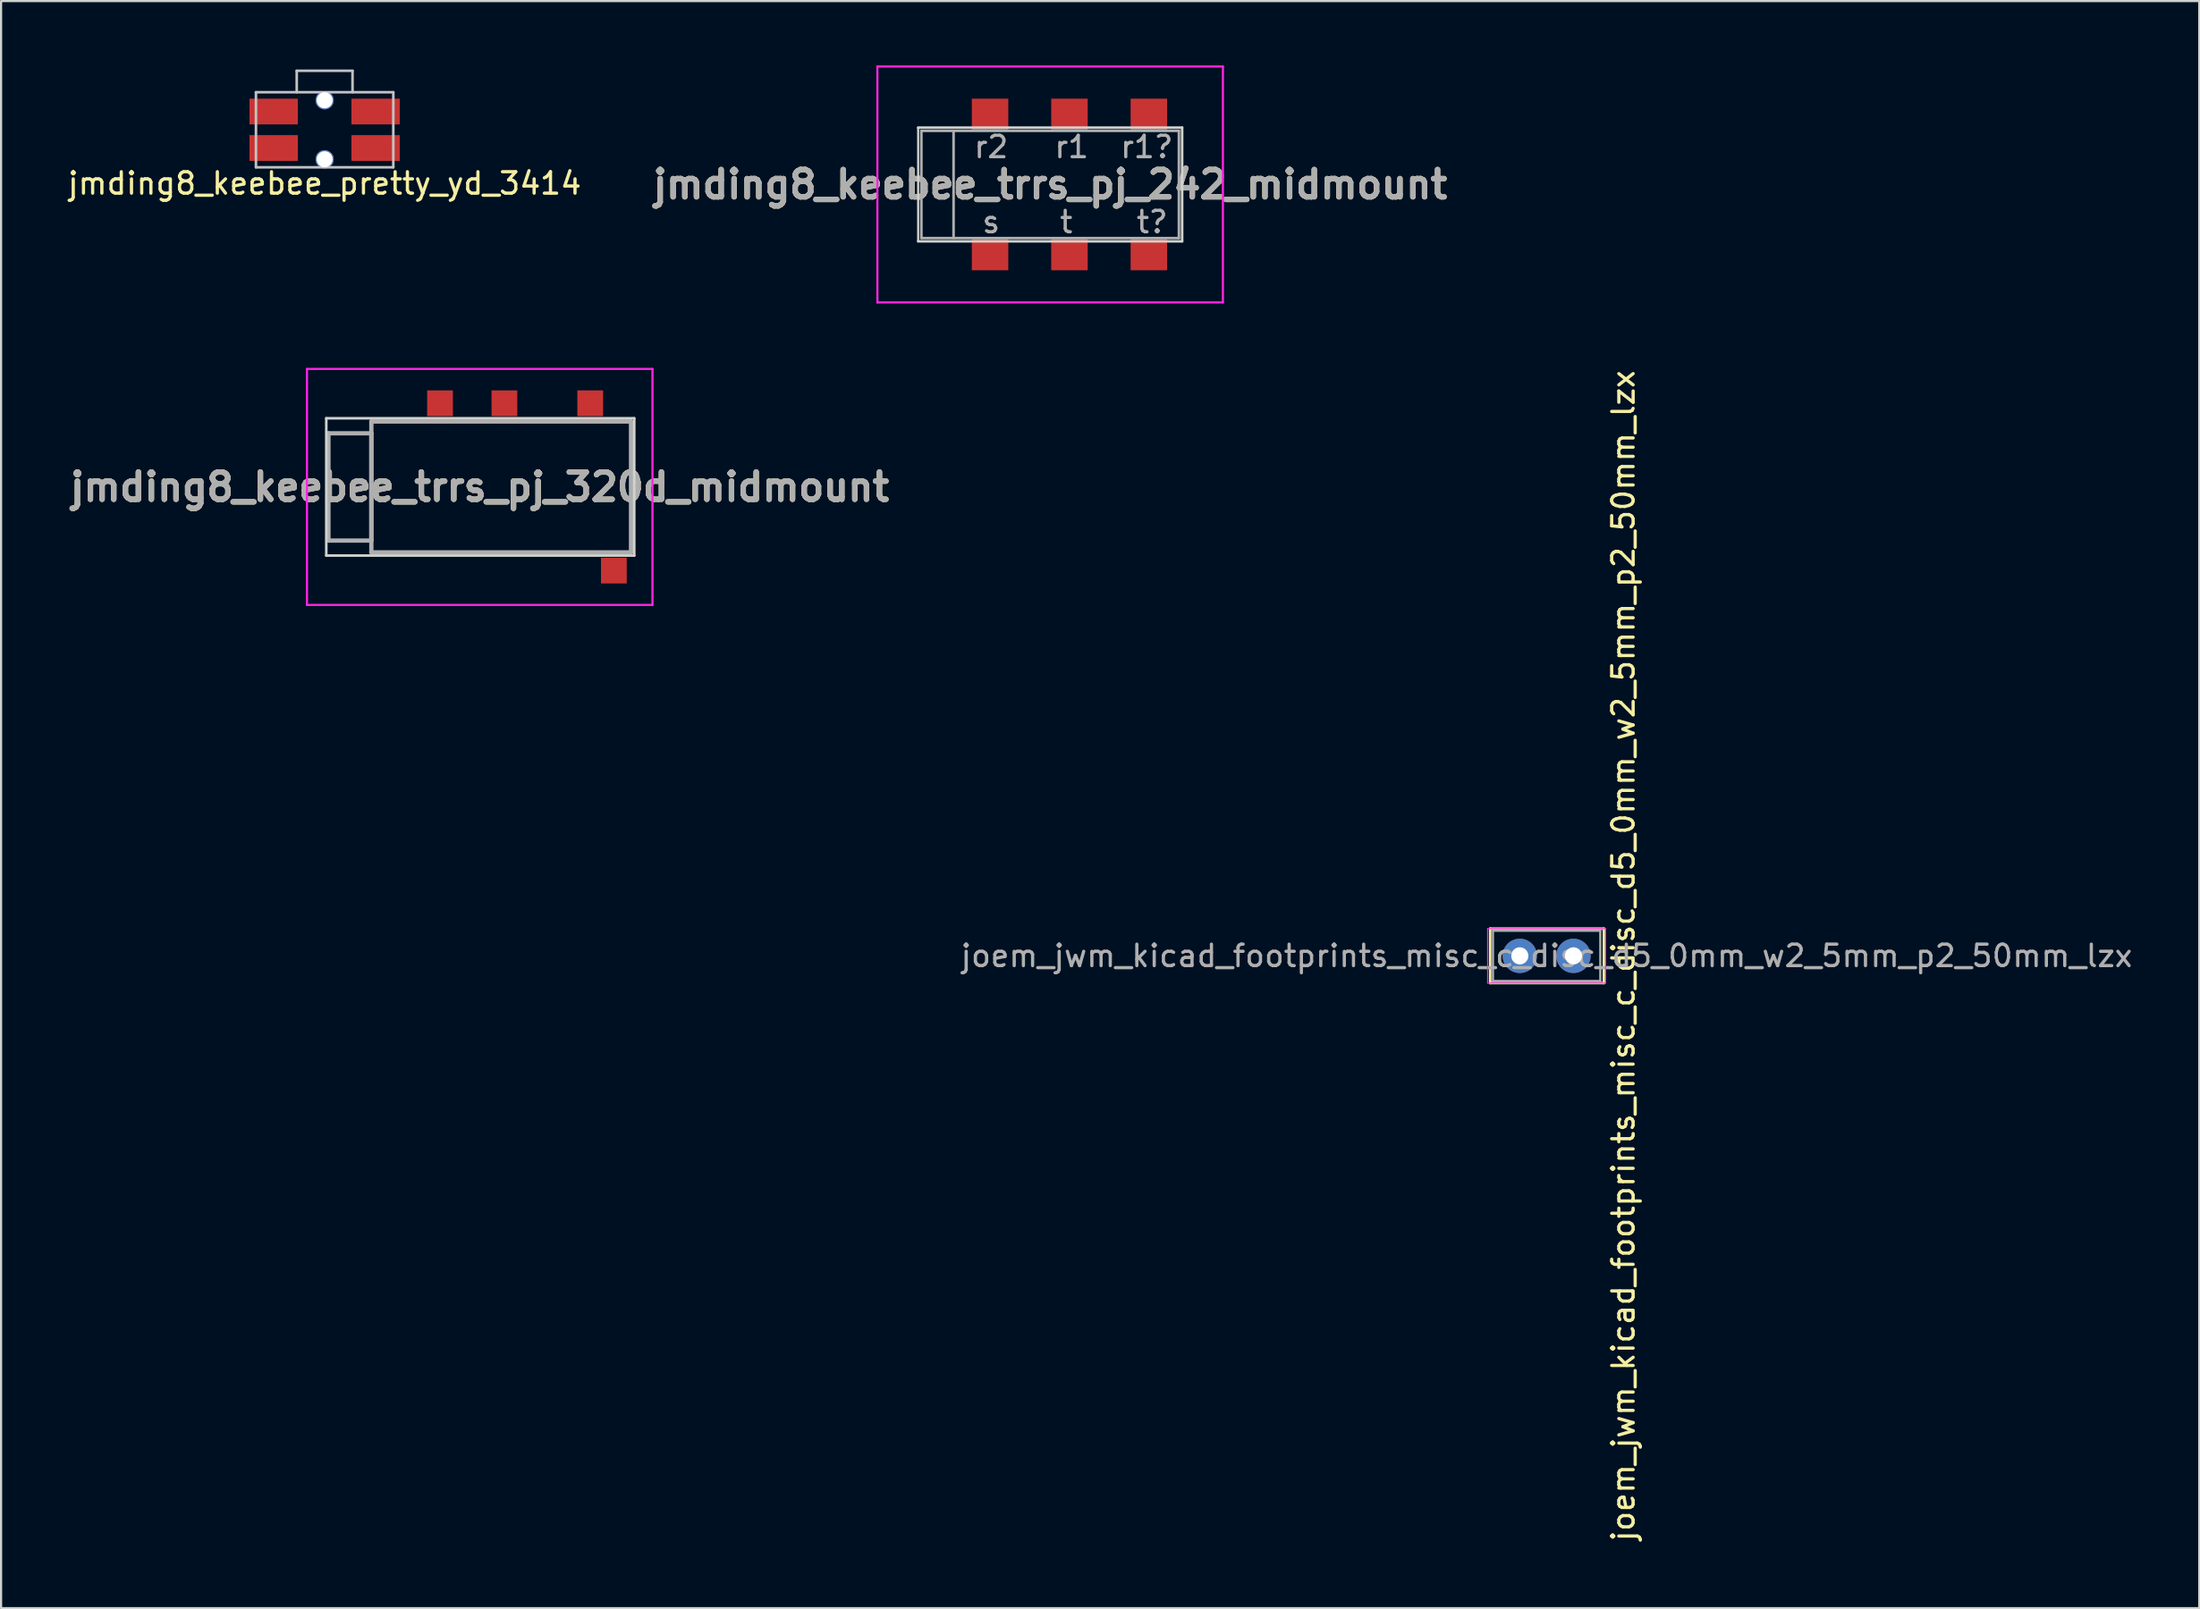
<source format=kicad_pcb>
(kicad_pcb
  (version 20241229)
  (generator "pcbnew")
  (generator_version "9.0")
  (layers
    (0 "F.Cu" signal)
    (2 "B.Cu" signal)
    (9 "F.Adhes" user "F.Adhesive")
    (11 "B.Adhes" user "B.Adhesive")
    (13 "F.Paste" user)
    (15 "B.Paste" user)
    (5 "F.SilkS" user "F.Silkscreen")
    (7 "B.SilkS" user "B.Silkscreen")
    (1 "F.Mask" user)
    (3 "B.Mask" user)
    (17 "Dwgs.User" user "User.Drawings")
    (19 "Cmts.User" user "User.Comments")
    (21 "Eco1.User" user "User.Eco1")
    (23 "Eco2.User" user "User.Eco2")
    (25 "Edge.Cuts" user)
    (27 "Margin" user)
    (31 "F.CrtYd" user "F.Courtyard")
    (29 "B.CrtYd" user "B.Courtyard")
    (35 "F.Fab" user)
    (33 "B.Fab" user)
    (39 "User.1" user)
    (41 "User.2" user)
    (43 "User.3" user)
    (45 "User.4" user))
  (footprint "joem_jwm_kicad_footprints_misc_c_disc_d5_0mm_w2_5mm_p2_50mm_lzx"
    (layer "F.Cu")
    (at 67.769 41.511)
    (property "Reference" "joem_jwm_kicad_footprints_misc_c_disc_d5_0mm_w2_5mm_p2_50mm_lzx" (at 4.826 0 90) (layer "F.SilkS") (effects (font (size 1 1) (thickness 0.15))))
    (attr through_hole)
    (fp_line (start -1.38 -1.27) (end -1.38 1.27) (stroke (width 0.12) (type solid)) (layer "F.SilkS"))
    (fp_line (start -1.38 -1.27) (end 3.92 -1.27) (stroke (width 0.12) (type solid)) (layer "F.SilkS"))
    (fp_line (start -1.38 1.27) (end 3.92 1.27) (stroke (width 0.12) (type solid)) (layer "F.SilkS"))
    (fp_line (start 3.92 -1.27) (end 3.92 1.27) (stroke (width 0.12) (type solid)) (layer "F.SilkS"))
    (fp_line (start -1.5 -1.27) (end -1.5 1.27) (stroke (width 0.05) (type solid)) (layer "F.CrtYd"))
    (fp_line (start -1.5 1.27) (end 4 1.27) (stroke (width 0.05) (type solid)) (layer "F.CrtYd"))
    (fp_line (start 4 -1.27) (end -1.5 -1.27) (stroke (width 0.05) (type solid)) (layer "F.CrtYd"))
    (fp_line (start 4 1.27) (end 4 -1.27) (stroke (width 0.05) (type solid)) (layer "F.CrtYd"))
    (fp_line (start -1.25 -1.17) (end -1.25 1.17) (stroke (width 0.1) (type solid)) (layer "F.Fab"))
    (fp_line (start -1.25 1.17) (end 3.75 1.17) (stroke (width 0.1) (type solid)) (layer "F.Fab"))
    (fp_line (start 3.75 -1.17) (end -1.25 -1.17) (stroke (width 0.1) (type solid)) (layer "F.Fab"))
    (fp_line (start 3.75 1.17) (end 3.75 -1.17) (stroke (width 0.1) (type solid)) (layer "F.Fab"))
    (fp_text user "${REFERENCE}" (at 1.25 0 0) (layer "F.Fab") (effects (font (size 1 1) (thickness 0.15))))
    (pad "1" thru_hole circle (at 0 0) (size 1.6 1.6) (drill 0.8) (layers "*.Cu" "*.Mask"))
    (pad "2" thru_hole circle (at 2.5 0) (size 1.6 1.6) (drill 0.8) (layers "*.Cu" "*.Mask")))
  (footprint "jmding8_keebee_trrs_pj_242_midmount"
    (layer "F.Cu")
    (at 45.884 5.55)
    (property "Reference" "jmding8_keebee_trrs_pj_242_midmount" (at 0 0 0) (layer "F.SilkS") (effects (font (size 1.27 1.27) (thickness 0.254))))
    (attr through_hole)
    (fp_line (start -6.15 -2.65) (end 6.15 -2.65) (stroke (width 0.12) (type solid)) (layer "Edge.Cuts"))
    (fp_line (start -6.15 2.65) (end -6.15 -2.65) (stroke (width 0.1) (type solid)) (layer "Edge.Cuts"))
    (fp_line (start -6.15 2.65) (end 6.15 2.65) (stroke (width 0.12) (type solid)) (layer "Edge.Cuts"))
    (fp_line (start 6.15 2.65) (end 6.15 -2.65) (stroke (width 0.12) (type solid)) (layer "Edge.Cuts"))
    (fp_line (start -8.05 -5.5) (end 8.05 -5.5) (stroke (width 0.1) (type solid)) (layer "F.CrtYd"))
    (fp_line (start -8.05 5.5) (end -8.05 -5.5) (stroke (width 0.1) (type solid)) (layer "F.CrtYd"))
    (fp_line (start 8.05 -5.5) (end 8.05 5.5) (stroke (width 0.1) (type solid)) (layer "F.CrtYd"))
    (fp_line (start 8.05 5.5) (end -8.05 5.5) (stroke (width 0.1) (type solid)) (layer "F.CrtYd"))
    (fp_line (start -6 -2.5) (end 6 -2.5) (stroke (width 0.12) (type solid)) (layer "F.Fab"))
    (fp_line (start -6 2.5) (end -6 -2.5) (stroke (width 0.12) (type solid)) (layer "F.Fab"))
    (fp_line (start -4.5 -2.5) (end -4.5 2.5) (stroke (width 0.12) (type solid)) (layer "F.Fab"))
    (fp_line (start 6 -2.5) (end 6 2.5) (stroke (width 0.12) (type solid)) (layer "F.Fab"))
    (fp_line (start 6 2.5) (end -6 2.5) (stroke (width 0.12) (type solid)) (layer "F.Fab"))
    (fp_text user "s" (at -2.75 1.75 180) (layer "F.Fab") (effects (font (size 1 1) (thickness 0.15))))
    (fp_text user "r1" (at 1 -1.75 0) (layer "F.Fab") (effects (font (size 1 1) (thickness 0.15))))
    (fp_text user "${REFERENCE}" (at 0 0 0) (layer "F.Fab") (effects (font (size 1.27 1.27) (thickness 0.254))))
    (fp_text user "t" (at 0.75 1.75 180) (layer "F.Fab") (effects (font (size 1 1) (thickness 0.15))))
    (fp_text user "r1?" (at 4.5 -1.75 0) (layer "F.Fab") (effects (font (size 1 1) (thickness 0.15))))
    (fp_text user "t?" (at 4.75 1.75 180) (layer "F.Fab") (effects (font (size 1 1) (thickness 0.15))))
    (fp_text user "r2" (at -2.75 -1.75 0) (layer "F.Fab") (effects (font (size 1 1) (thickness 0.15))))
    (pad "1" smd rect (at -2.8 3.25) (size 1.7 1.5) (layers "F.Cu" "F.Mask" "F.Paste"))
    (pad "2" smd rect (at 0.9 3.25) (size 1.7 1.5) (layers "F.Cu" "F.Mask" "F.Paste"))
    (pad "2" smd rect (at 4.6 3.25) (size 1.7 1.5) (layers "F.Cu" "F.Mask" "F.Paste"))
    (pad "3" smd rect (at 0.9 -3.25) (size 1.7 1.5) (layers "F.Cu" "F.Mask" "F.Paste"))
    (pad "3" smd rect (at 4.6 -3.25) (size 1.7 1.5) (layers "F.Cu" "F.Mask" "F.Paste"))
    (pad "4" smd rect (at -2.8 -3.25) (size 1.7 1.5) (layers "F.Cu" "F.Mask" "F.Paste")))
  (footprint "jmding8_keebee_trrs_pj_320d_midmount"
    (layer "F.Cu")
    (at 19.304 19.65)
    (property "Reference" "jmding8_keebee_trrs_pj_320d_midmount" (at 0 0 0) (layer "F.SilkS") (effects (font (size 1.27 1.27) (thickness 0.254))))
    (attr through_hole)
    (fp_line (start -5.05 -3.05) (end -5.05 3.05) (stroke (width 0.1) (type solid)) (layer "F.SilkS"))
    (fp_line (start -5.05 3.05) (end 4.95 3.05) (stroke (width 0.1) (type solid)) (layer "F.SilkS"))
    (fp_line (start -3.05 -3.05) (end -5.05 -3.05) (stroke (width 0.1) (type solid)) (layer "F.SilkS"))
    (fp_line (start 7.05 -3) (end 7.05 1.5) (stroke (width 0.1) (type solid)) (layer "F.SilkS"))
    (fp_line (start -7.15 -3.2) (end 7.2 -3.2) (stroke (width 0.12) (type solid)) (layer "Edge.Cuts"))
    (fp_line (start -7.15 3.2) (end -7.15 -3.2) (stroke (width 0.12) (type solid)) (layer "Edge.Cuts"))
    (fp_line (start -7.15 3.2) (end 7.2 3.2) (stroke (width 0.12) (type solid)) (layer "Edge.Cuts"))
    (fp_line (start 7.2 3.2) (end 7.2 -3.2) (stroke (width 0.12) (type solid)) (layer "Edge.Cuts"))
    (fp_line (start -8.05 -5.5) (end 8.05 -5.5) (stroke (width 0.1) (type solid)) (layer "F.CrtYd"))
    (fp_line (start -8.05 5.5) (end -8.05 -5.5) (stroke (width 0.1) (type solid)) (layer "F.CrtYd"))
    (fp_line (start 8.05 -5.5) (end 8.05 5.5) (stroke (width 0.1) (type solid)) (layer "F.CrtYd"))
    (fp_line (start 8.05 5.5) (end -8.05 5.5) (stroke (width 0.1) (type solid)) (layer "F.CrtYd"))
    (fp_line (start -7.05 -2.5) (end -7.05 2.5) (stroke (width 0.2) (type solid)) (layer "F.Fab"))
    (fp_line (start -7.05 2.5) (end -5.05 2.5) (stroke (width 0.2) (type solid)) (layer "F.Fab"))
    (fp_line (start -5.05 -3.05) (end 7.05 -3.05) (stroke (width 0.2) (type solid)) (layer "F.Fab"))
    (fp_line (start -5.05 -2.5) (end -7.05 -2.5) (stroke (width 0.2) (type solid)) (layer "F.Fab"))
    (fp_line (start -5.05 2.5) (end -5.05 -2.5) (stroke (width 0.2) (type solid)) (layer "F.Fab"))
    (fp_line (start -5.05 3.05) (end -5.05 -3.05) (stroke (width 0.2) (type solid)) (layer "F.Fab"))
    (fp_line (start 7.05 -3.05) (end 7.05 3.05) (stroke (width 0.2) (type solid)) (layer "F.Fab"))
    (fp_line (start 7.05 3.05) (end -5.05 3.05) (stroke (width 0.2) (type solid)) (layer "F.Fab"))
    (fp_text user "${REFERENCE}" (at 0 0 0) (layer "F.Fab") (effects (font (size 1.27 1.27) (thickness 0.254))))
    (pad "1" smd rect (at 6.25 3.9) (size 1.2 1.2) (layers "F.Cu" "F.Mask" "F.Paste"))
    (pad "2" smd rect (at 5.15 -3.9) (size 1.2 1.2) (layers "F.Cu" "F.Mask" "F.Paste"))
    (pad "3" smd rect (at 1.15 -3.9) (size 1.2 1.2) (layers "F.Cu" "F.Mask" "F.Paste"))
    (pad "4" smd rect (at -1.85 -3.9) (size 1.2 1.2) (layers "F.Cu" "F.Mask" "F.Paste")))
  (footprint "jmding8_keebee_pretty_yd_3414"
    (layer "F.Cu")
    (at 12.077 0.25)
    (property "Reference" "jmding8_keebee_pretty_yd_3414" (at 0 5.25 0) (layer "F.SilkS") (effects (font (size 1 1) (thickness 0.15))))
    (attr through_hole)
    (fp_line (start -3.2 1) (end -3.2 4.5) (stroke (width 0.12) (type solid)) (layer "Dwgs.User"))
    (fp_line (start -3.2 1) (end 3.2 1) (stroke (width 0.12) (type solid)) (layer "Dwgs.User"))
    (fp_line (start -3.2 4.5) (end 3.2 4.5) (stroke (width 0.12) (type solid)) (layer "Dwgs.User"))
    (fp_line (start -1.3 0) (end 1.3 0) (stroke (width 0.12) (type solid)) (layer "Dwgs.User"))
    (fp_line (start -1.3 1) (end -1.3 0) (stroke (width 0.12) (type solid)) (layer "Dwgs.User"))
    (fp_line (start 1.3 1) (end 1.3 0) (stroke (width 0.12) (type solid)) (layer "Dwgs.User"))
    (fp_line (start 3.2 1) (end 3.2 4.5) (stroke (width 0.12) (type solid)) (layer "Dwgs.User"))
    (pad "1" smd rect (at -2.375 1.9) (size 2.25 1.2) (layers "F.Cu" "F.Mask" "F.Paste"))
    (pad "1" smd rect (at 2.375 1.9) (size 2.25 1.2) (layers "F.Cu" "F.Mask" "F.Paste"))
    (pad "2" smd rect (at -2.375 3.6) (size 2.25 1.2) (layers "F.Cu" "F.Mask" "F.Paste"))
    (pad "2" smd rect (at 2.375 3.6) (size 2.25 1.2) (layers "F.Cu" "F.Mask" "F.Paste"))
    (pad "M1" thru_hole circle (at 0 1.375) (size 0.85 0.85) (drill 0.75) (layers "*.Cu" "*.Mask"))
    (pad "M1" thru_hole circle (at 0 4.125) (size 0.85 0.85) (drill 0.75) (layers "*.Cu" "*.Mask")))
  (gr_rect
    (start -3 -3)
    (end 99.429 71.921)
    (stroke (width 0.1) (type default))
    (fill no)
    (layer "Edge.Cuts")))
</source>
